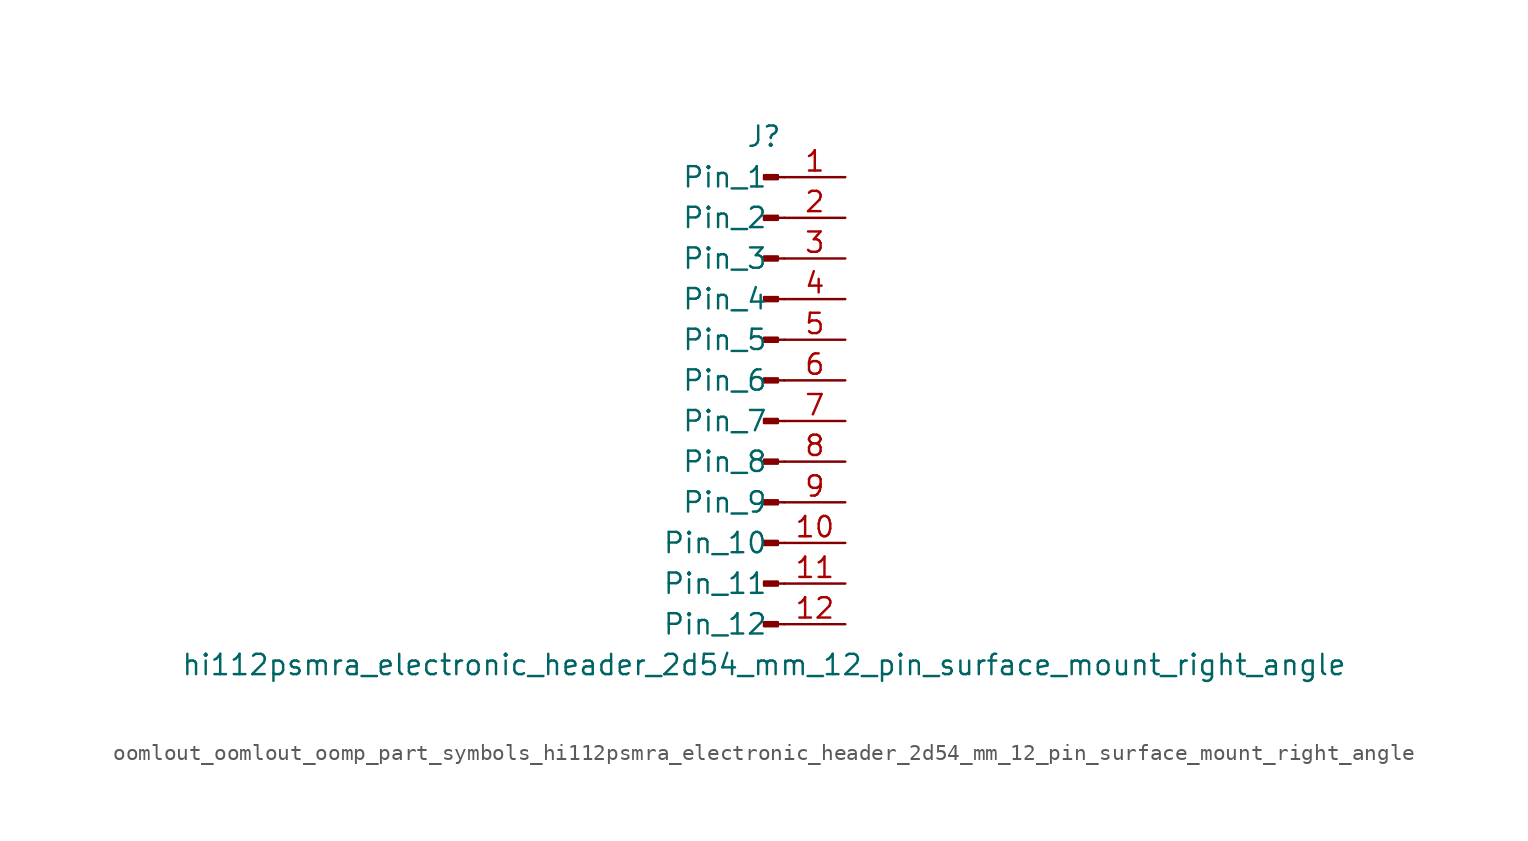
<source format=kicad_sym>
(kicad_symbol_lib
  (version 20220914)
  (generator kicad_symbol_editor)
  (symbol "oomlout_oomlout_oomp_part_symbols_hi112psmra_electronic_header_2d54_mm_12_pin_surface_mount_right_angle"
    (pin_names
      (offset 1.016))
    (property "Reference" "J"
      (at 0 15.24 0)
      (effects (font (size 1.27 1.27))))
    (property "Value" "hi112psmra_electronic_header_2d54_mm_12_pin_surface_mount_right_angle"
      (at 0 -17.78 0)
      (effects (font (size 1.27 1.27))))
    (property "ki_locked" ""
      (at 0 0 0)
      (effects (font (size 1.27 1.27))))
    (symbol "oomlout_oomlout_oomp_part_symbols_hi112psmra_electronic_header_2d54_mm_12_pin_surface_mount_right_angle_1_1"
      (polyline (pts (xy 1.27 -15.24) (xy 0.864 -15.24)) (stroke (width 0.152) (type default)) (fill (type none)))
      (polyline (pts (xy 1.27 -12.7) (xy 0.864 -12.7)) (stroke (width 0.152) (type default)) (fill (type none)))
      (polyline (pts (xy 1.27 -10.16) (xy 0.864 -10.16)) (stroke (width 0.152) (type default)) (fill (type none)))
      (polyline (pts (xy 1.27 -7.62) (xy 0.864 -7.62)) (stroke (width 0.152) (type default)) (fill (type none)))
      (polyline (pts (xy 1.27 -5.08) (xy 0.864 -5.08)) (stroke (width 0.152) (type default)) (fill (type none)))
      (polyline (pts (xy 1.27 -2.54) (xy 0.864 -2.54)) (stroke (width 0.152) (type default)) (fill (type none)))
      (polyline (pts (xy 1.27 0) (xy 0.864 0)) (stroke (width 0.152) (type default)) (fill (type none)))
      (polyline (pts (xy 1.27 2.54) (xy 0.864 2.54)) (stroke (width 0.152) (type default)) (fill (type none)))
      (polyline (pts (xy 1.27 5.08) (xy 0.864 5.08)) (stroke (width 0.152) (type default)) (fill (type none)))
      (polyline (pts (xy 1.27 7.62) (xy 0.864 7.62)) (stroke (width 0.152) (type default)) (fill (type none)))
      (polyline (pts (xy 1.27 10.16) (xy 0.864 10.16)) (stroke (width 0.152) (type default)) (fill (type none)))
      (polyline (pts (xy 1.27 12.7) (xy 0.864 12.7)) (stroke (width 0.152) (type default)) (fill (type none)))
      (rectangle (start 0.864 -15.113) (end 0 -15.367) (stroke (width 0.152) (type default)) (fill (type outline)))
      (rectangle (start 0.864 -12.573) (end 0 -12.827) (stroke (width 0.152) (type default)) (fill (type outline)))
      (rectangle (start 0.864 -10.033) (end 0 -10.287) (stroke (width 0.152) (type default)) (fill (type outline)))
      (rectangle (start 0.864 -7.493) (end 0 -7.747) (stroke (width 0.152) (type default)) (fill (type outline)))
      (rectangle (start 0.864 -4.953) (end 0 -5.207) (stroke (width 0.152) (type default)) (fill (type outline)))
      (rectangle (start 0.864 -2.413) (end 0 -2.667) (stroke (width 0.152) (type default)) (fill (type outline)))
      (rectangle (start 0.864 0.127) (end 0 -0.127) (stroke (width 0.152) (type default)) (fill (type outline)))
      (rectangle (start 0.864 2.667) (end 0 2.413) (stroke (width 0.152) (type default)) (fill (type outline)))
      (rectangle (start 0.864 5.207) (end 0 4.953) (stroke (width 0.152) (type default)) (fill (type outline)))
      (rectangle (start 0.864 7.747) (end 0 7.493) (stroke (width 0.152) (type default)) (fill (type outline)))
      (rectangle (start 0.864 10.287) (end 0 10.033) (stroke (width 0.152) (type default)) (fill (type outline)))
      (rectangle (start 0.864 12.827) (end 0 12.573) (stroke (width 0.152) (type default)) (fill (type outline)))
      (pin passive line (at 5.08 12.7 180) (length 3.81) (name "Pin_1" (effects (font (size 1.27 1.27)))) (number "1" (effects (font (size 1.27 1.27)))))
      (pin passive line (at 5.08 -10.16 180) (length 3.81) (name "Pin_10" (effects (font (size 1.27 1.27)))) (number "10" (effects (font (size 1.27 1.27)))))
      (pin passive line (at 5.08 -12.7 180) (length 3.81) (name "Pin_11" (effects (font (size 1.27 1.27)))) (number "11" (effects (font (size 1.27 1.27)))))
      (pin passive line (at 5.08 -15.24 180) (length 3.81) (name "Pin_12" (effects (font (size 1.27 1.27)))) (number "12" (effects (font (size 1.27 1.27)))))
      (pin passive line (at 5.08 10.16 180) (length 3.81) (name "Pin_2" (effects (font (size 1.27 1.27)))) (number "2" (effects (font (size 1.27 1.27)))))
      (pin passive line (at 5.08 7.62 180) (length 3.81) (name "Pin_3" (effects (font (size 1.27 1.27)))) (number "3" (effects (font (size 1.27 1.27)))))
      (pin passive line (at 5.08 5.08 180) (length 3.81) (name "Pin_4" (effects (font (size 1.27 1.27)))) (number "4" (effects (font (size 1.27 1.27)))))
      (pin passive line (at 5.08 2.54 180) (length 3.81) (name "Pin_5" (effects (font (size 1.27 1.27)))) (number "5" (effects (font (size 1.27 1.27)))))
      (pin passive line (at 5.08 0 180) (length 3.81) (name "Pin_6" (effects (font (size 1.27 1.27)))) (number "6" (effects (font (size 1.27 1.27)))))
      (pin passive line (at 5.08 -2.54 180) (length 3.81) (name "Pin_7" (effects (font (size 1.27 1.27)))) (number "7" (effects (font (size 1.27 1.27)))))
      (pin passive line (at 5.08 -5.08 180) (length 3.81) (name "Pin_8" (effects (font (size 1.27 1.27)))) (number "8" (effects (font (size 1.27 1.27)))))
      (pin passive line (at 5.08 -7.62 180) (length 3.81) (name "Pin_9" (effects (font (size 1.27 1.27)))) (number "9" (effects (font (size 1.27 1.27))))))))
</source>
